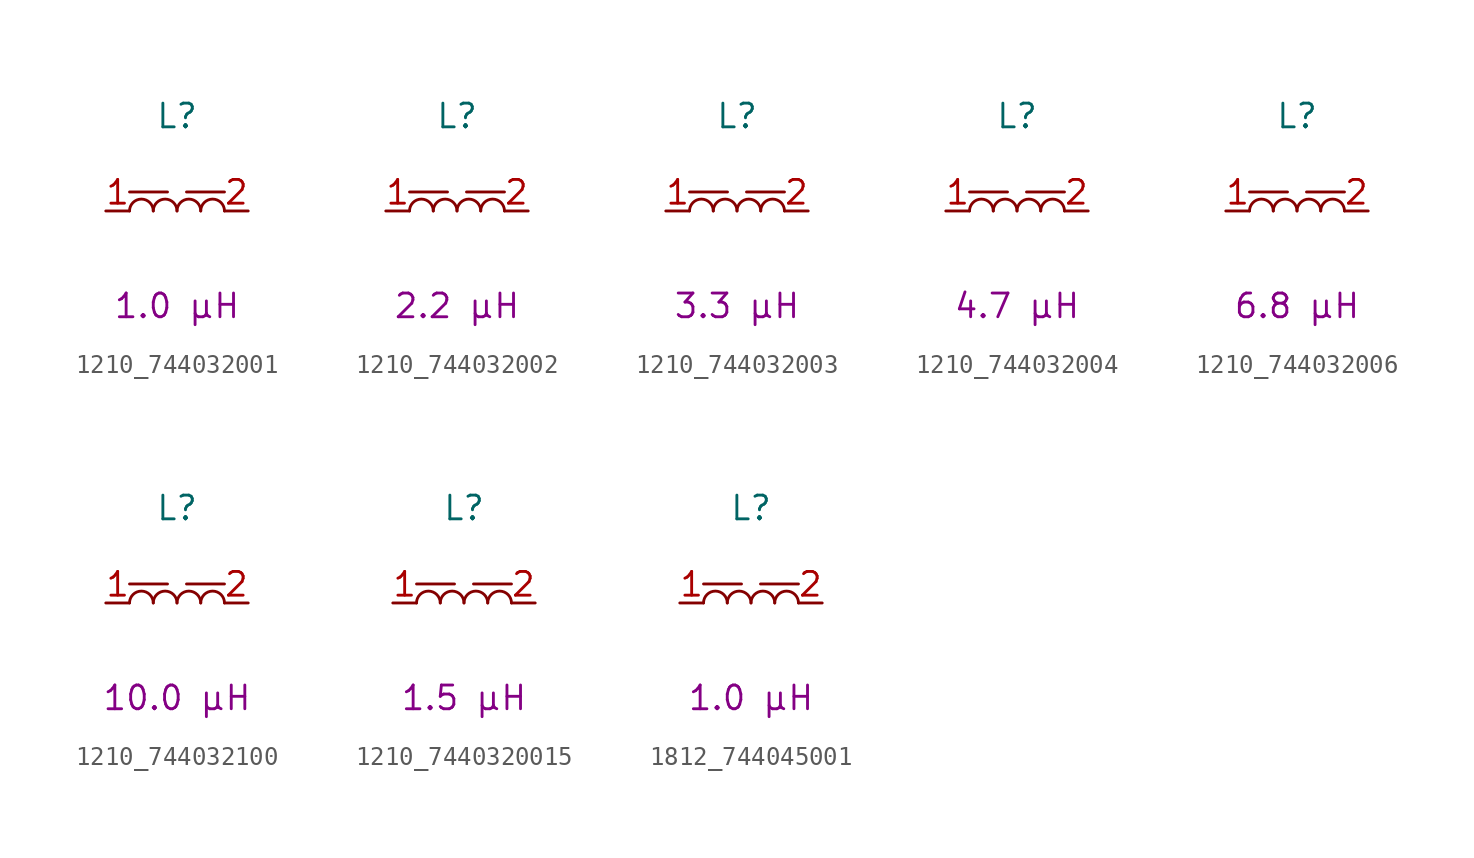
<source format=kicad_sym>
(kicad_symbol_lib
  (version 20220914)
  (generator kicad_symbol_editor)
  (symbol "1210_744032001"
    (pin_names hide)
    (property "Reference" "L"
      (at 0 5.08 0)
      (effects (font (size 1.27 1.27))))
    (property "Critical Parameter" "1.0 µH"
      (at 0 -5.08 0)
      (effects (font (size 1.27 1.27))))
    (symbol "1210_744032001_0_1"
      (arc (start -1.27 0) (mid -1.905 0.6323) (end -2.54 0) (stroke (width 0) (type default)) (fill (type none)))
      (arc (start 0 0) (mid -0.635 0.6323) (end -1.27 0) (stroke (width 0) (type default)) (fill (type none)))
      (polyline (pts (xy -2.54 1.016) (xy -0.508 1.016)) (stroke (width 0) (type default)) (fill (type none)))
      (arc (start 1.27 0) (mid 0.635 0.6323) (end 0 0) (stroke (width 0) (type default)) (fill (type none)))
      (arc (start 2.54 0) (mid 1.905 0.6323) (end 1.27 0) (stroke (width 0) (type default)) (fill (type none))))
    (symbol "1210_744032001_1_1"
      (polyline (pts (xy 2.54 1.016) (xy 0.508 1.016)) (stroke (width 0) (type default)) (fill (type none)))
      (pin passive line (at -3.81 0 0) (length 1.27) (name "1" (effects (font (size 1.27 1.27)))) (number "1" (effects (font (size 1.27 1.27)))))
      (pin passive line (at 3.81 0 180) (length 1.27) (name "2" (effects (font (size 1.27 1.27)))) (number "2" (effects (font (size 1.27 1.27)))))))
  (symbol "1210_744032002"
    (pin_names hide)
    (property "Reference" "L"
      (at 0 5.08 0)
      (effects (font (size 1.27 1.27))))
    (property "Critical Parameter" "2.2 µH"
      (at 0 -5.08 0)
      (effects (font (size 1.27 1.27))))
    (symbol "1210_744032002_0_1"
      (arc (start -1.27 0) (mid -1.905 0.6323) (end -2.54 0) (stroke (width 0) (type default)) (fill (type none)))
      (arc (start 0 0) (mid -0.635 0.6323) (end -1.27 0) (stroke (width 0) (type default)) (fill (type none)))
      (polyline (pts (xy -2.54 1.016) (xy -0.508 1.016)) (stroke (width 0) (type default)) (fill (type none)))
      (arc (start 1.27 0) (mid 0.635 0.6323) (end 0 0) (stroke (width 0) (type default)) (fill (type none)))
      (arc (start 2.54 0) (mid 1.905 0.6323) (end 1.27 0) (stroke (width 0) (type default)) (fill (type none))))
    (symbol "1210_744032002_1_1"
      (polyline (pts (xy 2.54 1.016) (xy 0.508 1.016)) (stroke (width 0) (type default)) (fill (type none)))
      (pin passive line (at -3.81 0 0) (length 1.27) (name "1" (effects (font (size 1.27 1.27)))) (number "1" (effects (font (size 1.27 1.27)))))
      (pin passive line (at 3.81 0 180) (length 1.27) (name "2" (effects (font (size 1.27 1.27)))) (number "2" (effects (font (size 1.27 1.27)))))))
  (symbol "1210_744032003"
    (pin_names hide)
    (property "Reference" "L"
      (at 0 5.08 0)
      (effects (font (size 1.27 1.27))))
    (property "Critical Parameter" "3.3 µH"
      (at 0 -5.08 0)
      (effects (font (size 1.27 1.27))))
    (symbol "1210_744032003_0_1"
      (arc (start -1.27 0) (mid -1.905 0.6323) (end -2.54 0) (stroke (width 0) (type default)) (fill (type none)))
      (arc (start 0 0) (mid -0.635 0.6323) (end -1.27 0) (stroke (width 0) (type default)) (fill (type none)))
      (polyline (pts (xy -2.54 1.016) (xy -0.508 1.016)) (stroke (width 0) (type default)) (fill (type none)))
      (arc (start 1.27 0) (mid 0.635 0.6323) (end 0 0) (stroke (width 0) (type default)) (fill (type none)))
      (arc (start 2.54 0) (mid 1.905 0.6323) (end 1.27 0) (stroke (width 0) (type default)) (fill (type none))))
    (symbol "1210_744032003_1_1"
      (polyline (pts (xy 2.54 1.016) (xy 0.508 1.016)) (stroke (width 0) (type default)) (fill (type none)))
      (pin passive line (at -3.81 0 0) (length 1.27) (name "1" (effects (font (size 1.27 1.27)))) (number "1" (effects (font (size 1.27 1.27)))))
      (pin passive line (at 3.81 0 180) (length 1.27) (name "2" (effects (font (size 1.27 1.27)))) (number "2" (effects (font (size 1.27 1.27)))))))
  (symbol "1210_744032004"
    (pin_names hide)
    (property "Reference" "L"
      (at 0 5.08 0)
      (effects (font (size 1.27 1.27))))
    (property "Critical Parameter" "4.7 µH"
      (at 0 -5.08 0)
      (effects (font (size 1.27 1.27))))
    (symbol "1210_744032004_0_1"
      (arc (start -1.27 0) (mid -1.905 0.6323) (end -2.54 0) (stroke (width 0) (type default)) (fill (type none)))
      (arc (start 0 0) (mid -0.635 0.6323) (end -1.27 0) (stroke (width 0) (type default)) (fill (type none)))
      (polyline (pts (xy -2.54 1.016) (xy -0.508 1.016)) (stroke (width 0) (type default)) (fill (type none)))
      (arc (start 1.27 0) (mid 0.635 0.6323) (end 0 0) (stroke (width 0) (type default)) (fill (type none)))
      (arc (start 2.54 0) (mid 1.905 0.6323) (end 1.27 0) (stroke (width 0) (type default)) (fill (type none))))
    (symbol "1210_744032004_1_1"
      (polyline (pts (xy 2.54 1.016) (xy 0.508 1.016)) (stroke (width 0) (type default)) (fill (type none)))
      (pin passive line (at -3.81 0 0) (length 1.27) (name "1" (effects (font (size 1.27 1.27)))) (number "1" (effects (font (size 1.27 1.27)))))
      (pin passive line (at 3.81 0 180) (length 1.27) (name "2" (effects (font (size 1.27 1.27)))) (number "2" (effects (font (size 1.27 1.27)))))))
  (symbol "1210_744032006"
    (pin_names hide)
    (property "Reference" "L"
      (at 0 5.08 0)
      (effects (font (size 1.27 1.27))))
    (property "Critical Parameter" "6.8 µH"
      (at 0 -5.08 0)
      (effects (font (size 1.27 1.27))))
    (symbol "1210_744032006_0_1"
      (arc (start -1.27 0) (mid -1.905 0.6323) (end -2.54 0) (stroke (width 0) (type default)) (fill (type none)))
      (arc (start 0 0) (mid -0.635 0.6323) (end -1.27 0) (stroke (width 0) (type default)) (fill (type none)))
      (polyline (pts (xy -2.54 1.016) (xy -0.508 1.016)) (stroke (width 0) (type default)) (fill (type none)))
      (arc (start 1.27 0) (mid 0.635 0.6323) (end 0 0) (stroke (width 0) (type default)) (fill (type none)))
      (arc (start 2.54 0) (mid 1.905 0.6323) (end 1.27 0) (stroke (width 0) (type default)) (fill (type none))))
    (symbol "1210_744032006_1_1"
      (polyline (pts (xy 2.54 1.016) (xy 0.508 1.016)) (stroke (width 0) (type default)) (fill (type none)))
      (pin passive line (at -3.81 0 0) (length 1.27) (name "1" (effects (font (size 1.27 1.27)))) (number "1" (effects (font (size 1.27 1.27)))))
      (pin passive line (at 3.81 0 180) (length 1.27) (name "2" (effects (font (size 1.27 1.27)))) (number "2" (effects (font (size 1.27 1.27)))))))
  (symbol "1210_744032100"
    (pin_names hide)
    (property "Reference" "L"
      (at 0 5.08 0)
      (effects (font (size 1.27 1.27))))
    (property "Critical Parameter" "10.0 µH"
      (at 0 -5.08 0)
      (effects (font (size 1.27 1.27))))
    (symbol "1210_744032100_0_1"
      (arc (start -1.27 0) (mid -1.905 0.6323) (end -2.54 0) (stroke (width 0) (type default)) (fill (type none)))
      (arc (start 0 0) (mid -0.635 0.6323) (end -1.27 0) (stroke (width 0) (type default)) (fill (type none)))
      (polyline (pts (xy -2.54 1.016) (xy -0.508 1.016)) (stroke (width 0) (type default)) (fill (type none)))
      (arc (start 1.27 0) (mid 0.635 0.6323) (end 0 0) (stroke (width 0) (type default)) (fill (type none)))
      (arc (start 2.54 0) (mid 1.905 0.6323) (end 1.27 0) (stroke (width 0) (type default)) (fill (type none))))
    (symbol "1210_744032100_1_1"
      (polyline (pts (xy 2.54 1.016) (xy 0.508 1.016)) (stroke (width 0) (type default)) (fill (type none)))
      (pin passive line (at -3.81 0 0) (length 1.27) (name "1" (effects (font (size 1.27 1.27)))) (number "1" (effects (font (size 1.27 1.27)))))
      (pin passive line (at 3.81 0 180) (length 1.27) (name "2" (effects (font (size 1.27 1.27)))) (number "2" (effects (font (size 1.27 1.27)))))))
  (symbol "1210_7440320015"
    (pin_names hide)
    (property "Reference" "L"
      (at 0 5.08 0)
      (effects (font (size 1.27 1.27))))
    (property "Critical Parameter" "1.5 µH"
      (at 0 -5.08 0)
      (effects (font (size 1.27 1.27))))
    (symbol "1210_7440320015_0_1"
      (arc (start -1.27 0) (mid -1.905 0.6323) (end -2.54 0) (stroke (width 0) (type default)) (fill (type none)))
      (arc (start 0 0) (mid -0.635 0.6323) (end -1.27 0) (stroke (width 0) (type default)) (fill (type none)))
      (polyline (pts (xy -2.54 1.016) (xy -0.508 1.016)) (stroke (width 0) (type default)) (fill (type none)))
      (arc (start 1.27 0) (mid 0.635 0.6323) (end 0 0) (stroke (width 0) (type default)) (fill (type none)))
      (arc (start 2.54 0) (mid 1.905 0.6323) (end 1.27 0) (stroke (width 0) (type default)) (fill (type none))))
    (symbol "1210_7440320015_1_1"
      (polyline (pts (xy 2.54 1.016) (xy 0.508 1.016)) (stroke (width 0) (type default)) (fill (type none)))
      (pin passive line (at -3.81 0 0) (length 1.27) (name "1" (effects (font (size 1.27 1.27)))) (number "1" (effects (font (size 1.27 1.27)))))
      (pin passive line (at 3.81 0 180) (length 1.27) (name "2" (effects (font (size 1.27 1.27)))) (number "2" (effects (font (size 1.27 1.27)))))))
  (symbol "1812_744045001"
    (pin_names hide)
    (property "Reference" "L"
      (at 0 5.08 0)
      (effects (font (size 1.27 1.27))))
    (property "Critical Parameter" "1.0 µH"
      (at 0 -5.08 0)
      (effects (font (size 1.27 1.27))))
    (symbol "1812_744045001_0_1"
      (arc (start -1.27 0) (mid -1.905 0.6323) (end -2.54 0) (stroke (width 0) (type default)) (fill (type none)))
      (arc (start 0 0) (mid -0.635 0.6323) (end -1.27 0) (stroke (width 0) (type default)) (fill (type none)))
      (polyline (pts (xy -2.54 1.016) (xy -0.508 1.016)) (stroke (width 0) (type default)) (fill (type none)))
      (arc (start 1.27 0) (mid 0.635 0.6323) (end 0 0) (stroke (width 0) (type default)) (fill (type none)))
      (arc (start 2.54 0) (mid 1.905 0.6323) (end 1.27 0) (stroke (width 0) (type default)) (fill (type none))))
    (symbol "1812_744045001_1_1"
      (polyline (pts (xy 2.54 1.016) (xy 0.508 1.016)) (stroke (width 0) (type default)) (fill (type none)))
      (pin passive line (at -3.81 0 0) (length 1.27) (name "1" (effects (font (size 1.27 1.27)))) (number "1" (effects (font (size 1.27 1.27)))))
      (pin passive line (at 3.81 0 180) (length 1.27) (name "2" (effects (font (size 1.27 1.27)))) (number "2" (effects (font (size 1.27 1.27))))))))
</source>
